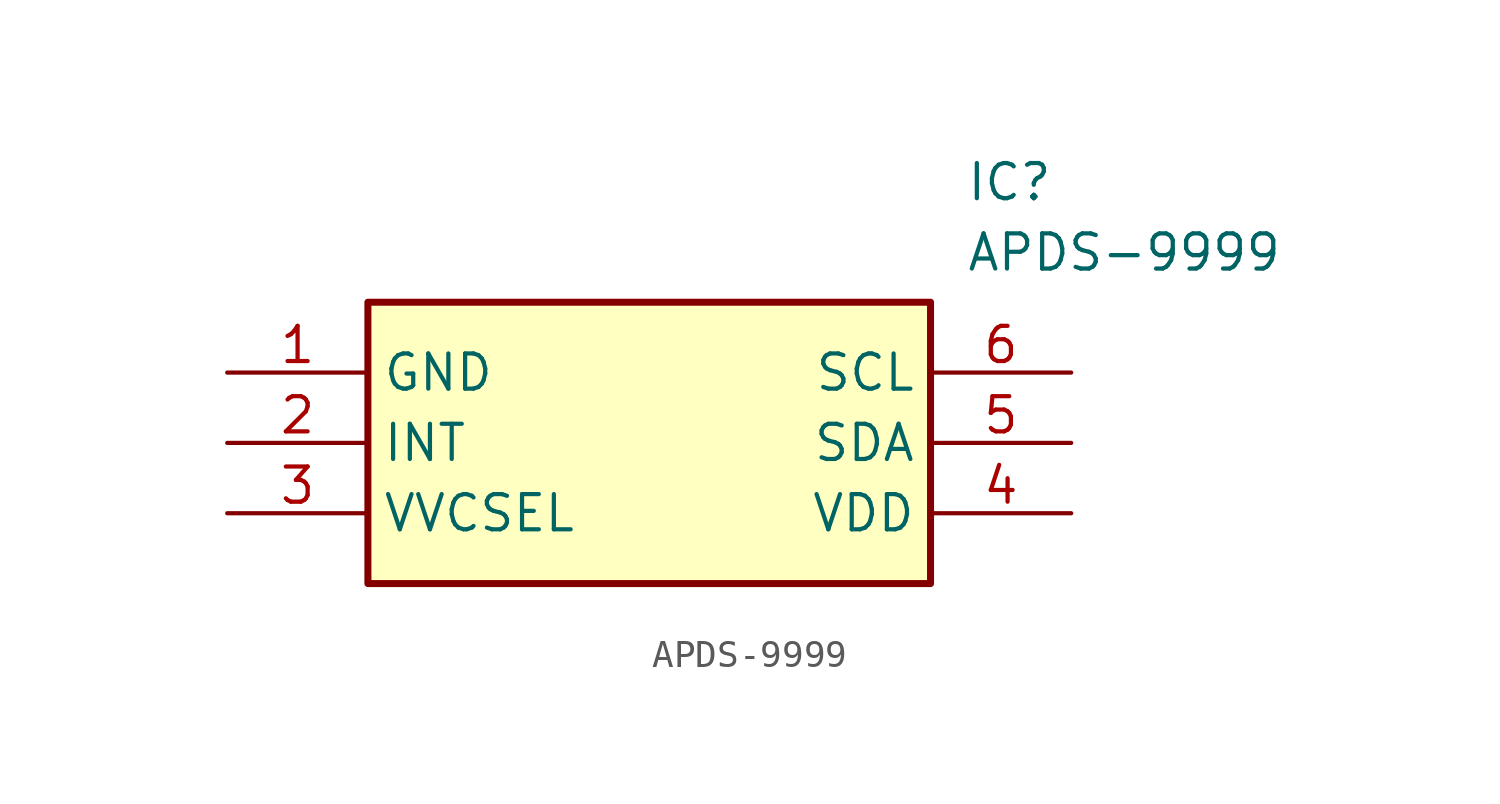
<source format=kicad_sym>
(kicad_symbol_lib
  (version 20231120)
  (generator "kicad_symbol_editor")
  (generator_version "8.0")
  (symbol "APDS-9999"
    (property "Reference" "IC"
      (at 26.67 7.62 0)
      (effects (font (size 1.27 1.27)) (justify left top)))
    (property "Value" "APDS-9999"
      (at 26.67 5.08 0)
      (effects (font (size 1.27 1.27)) (justify left top)))
    (symbol "APDS-9999_1_1"
      (rectangle (start 5.08 2.54) (end 25.4 -7.62) (stroke (width 0.254) (type default)) (fill (type background)))
      (pin power_in line (at 0 0 0) (length 5.08) (name "GND" (effects (font (size 1.27 1.27)))) (number "1" (effects (font (size 1.27 1.27)))))
      (pin output line (at 0 -2.54 0) (length 5.08) (name "INT" (effects (font (size 1.27 1.27)))) (number "2" (effects (font (size 1.27 1.27)))))
      (pin power_in line (at 0 -5.08 0) (length 5.08) (name "VVCSEL" (effects (font (size 1.27 1.27)))) (number "3" (effects (font (size 1.27 1.27)))))
      (pin power_in line (at 30.48 -5.08 180) (length 5.08) (name "VDD" (effects (font (size 1.27 1.27)))) (number "4" (effects (font (size 1.27 1.27)))))
      (pin bidirectional line (at 30.48 -2.54 180) (length 5.08) (name "SDA" (effects (font (size 1.27 1.27)))) (number "5" (effects (font (size 1.27 1.27)))))
      (pin input line (at 30.48 0 180) (length 5.08) (name "SCL" (effects (font (size 1.27 1.27)))) (number "6" (effects (font (size 1.27 1.27))))))))
</source>
